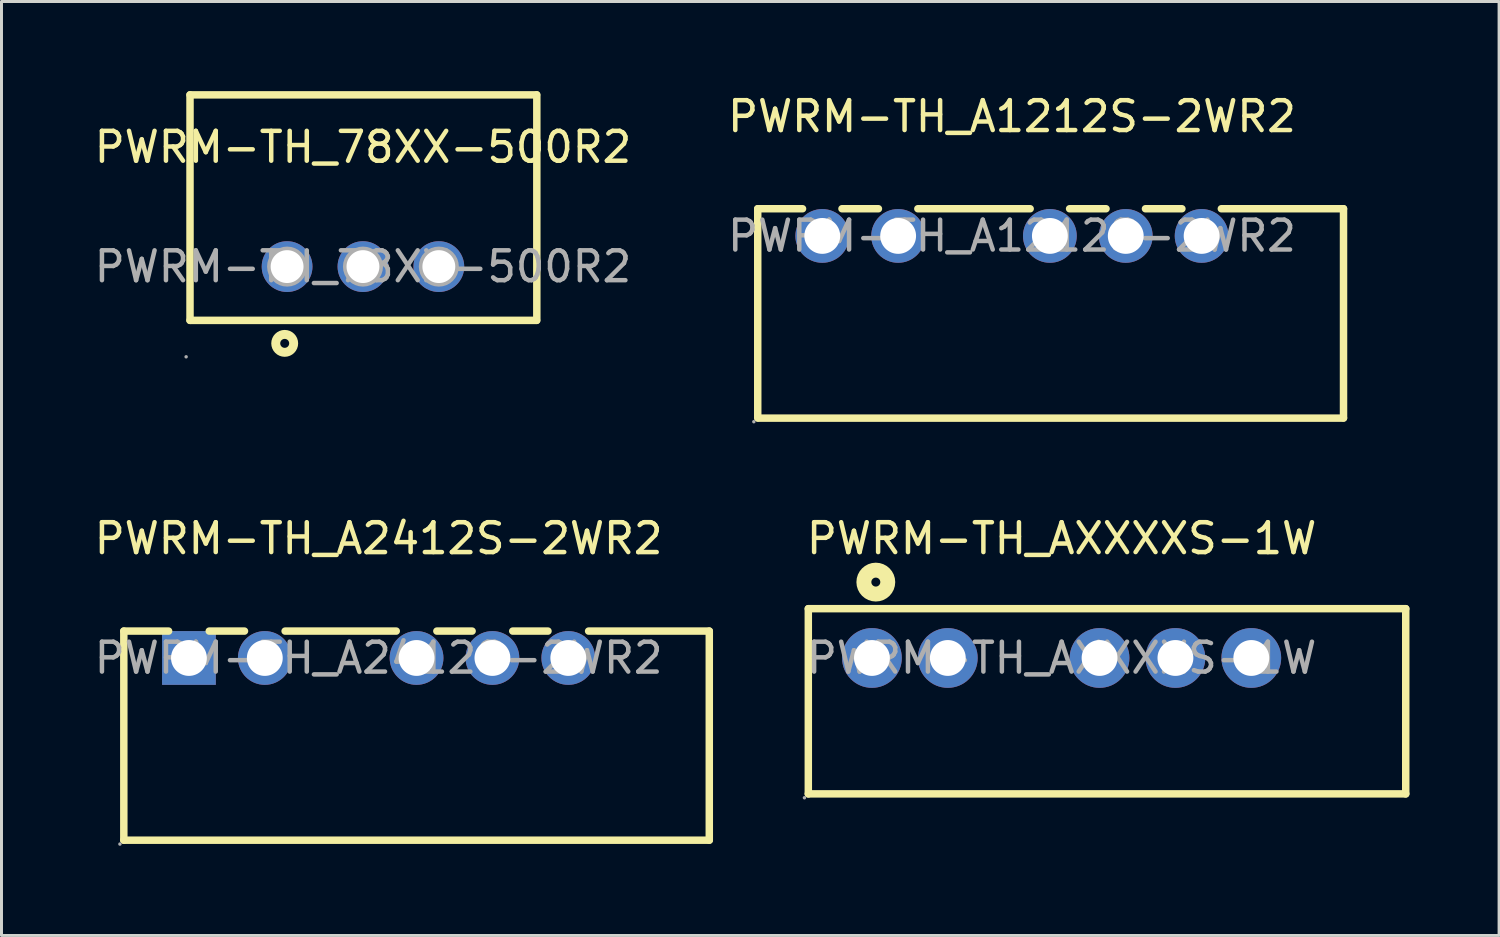
<source format=kicad_pcb>
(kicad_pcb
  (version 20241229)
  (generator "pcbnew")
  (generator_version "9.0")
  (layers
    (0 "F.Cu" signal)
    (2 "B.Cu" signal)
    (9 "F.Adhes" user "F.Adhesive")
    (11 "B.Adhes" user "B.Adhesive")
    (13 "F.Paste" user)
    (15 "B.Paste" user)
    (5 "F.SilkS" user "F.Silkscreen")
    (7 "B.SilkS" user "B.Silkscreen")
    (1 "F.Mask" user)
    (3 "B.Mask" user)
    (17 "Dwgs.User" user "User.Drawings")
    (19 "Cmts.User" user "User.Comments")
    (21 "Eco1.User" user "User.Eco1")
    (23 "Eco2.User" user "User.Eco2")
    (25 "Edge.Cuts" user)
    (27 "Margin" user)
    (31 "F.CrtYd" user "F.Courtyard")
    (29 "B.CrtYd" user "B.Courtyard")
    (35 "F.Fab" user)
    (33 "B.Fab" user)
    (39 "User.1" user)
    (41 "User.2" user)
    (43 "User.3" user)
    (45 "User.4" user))
  (footprint "PWRM-TH_78XX-500R2"
    (layer "F.Cu")
    (at 9.101 5.875)
    (property "Reference" "PWRM-TH_78XX-500R2" (at 0 -4 0) (layer "F.SilkS") (effects (font (size 1 1) (thickness 0.15))))
    (attr through_hole)
    (fp_line (start -5.79 -5.75) (end -5.79 1.8) (stroke (width 0.25) (type solid)) (layer "F.SilkS"))
    (fp_line (start -5.79 -5.75) (end 5.81 -5.75) (stroke (width 0.25) (type solid)) (layer "F.SilkS"))
    (fp_line (start -5.79 1.8) (end 5.81 1.8) (stroke (width 0.25) (type solid)) (layer "F.SilkS"))
    (fp_line (start 5.82 -5.75) (end 5.82 1.8) (stroke (width 0.25) (type solid)) (layer "F.SilkS"))
    (fp_circle (center -2.62 2.57) (end -2.32 2.57) (stroke (width 0.3) (type solid)) (fill no) (layer "F.SilkS"))
    (fp_circle (center -5.92 3.02) (end -5.89 3.02) (stroke (width 0.06) (type solid)) (fill no) (layer "F.Fab"))
    (fp_circle (center -2.54 0) (end -2.32 0) (stroke (width 0.45) (type solid)) (fill no) (layer "F.Fab"))
    (fp_circle (center 0 0) (end 0.22 0) (stroke (width 0.45) (type solid)) (fill no) (layer "F.Fab"))
    (fp_circle (center 2.54 0) (end 2.76 0) (stroke (width 0.45) (type solid)) (fill no) (layer "F.Fab"))
    (fp_text user "${REFERENCE}" (at 0 0 0) (layer "F.Fab") (effects (font (size 1 1) (thickness 0.15))))
    (pad "1" thru_hole circle (at -2.54 0) (size 1.7 1.7) (drill 1.1) (layers "*.Cu" "*.Paste" "*.Mask"))
    (pad "2" thru_hole circle (at 0 0) (size 1.7 1.7) (drill 1.1) (layers "*.Cu" "*.Paste" "*.Mask"))
    (pad "3" thru_hole circle (at 2.54 0) (size 1.7 1.7) (drill 1.1) (layers "*.Cu" "*.Paste" "*.Mask")))
  (footprint "PWRM-TH_A2412S-2WR2"
    (layer "F.Cu")
    (at 9.625 18.977)
    (property "Reference" "PWRM-TH_A2412S-2WR2" (at 0 -4 0) (layer "F.SilkS") (effects (font (size 1 1) (thickness 0.15))))
    (attr through_hole)
    (fp_line (start -8.53 -0.9) (end -8.53 6.1) (stroke (width 0.25) (type solid)) (layer "F.SilkS"))
    (fp_line (start -8.53 -0.9) (end -7.03 -0.9) (stroke (width 0.25) (type solid)) (layer "F.SilkS"))
    (fp_line (start -8.53 6.1) (end 11.07 6.1) (stroke (width 0.25) (type solid)) (layer "F.SilkS"))
    (fp_line (start -5.67 -0.9) (end -4.49 -0.9) (stroke (width 0.25) (type solid)) (layer "F.SilkS"))
    (fp_line (start -3.13 -0.9) (end 0.59 -0.9) (stroke (width 0.25) (type solid)) (layer "F.SilkS"))
    (fp_line (start 1.95 -0.9) (end 3.13 -0.9) (stroke (width 0.25) (type solid)) (layer "F.SilkS"))
    (fp_line (start 4.49 -0.9) (end 5.67 -0.9) (stroke (width 0.25) (type solid)) (layer "F.SilkS"))
    (fp_line (start 7.03 -0.9) (end 11.07 -0.9) (stroke (width 0.25) (type solid)) (layer "F.SilkS"))
    (fp_line (start 11.07 -0.9) (end 11.07 6.1) (stroke (width 0.25) (type solid)) (layer "F.SilkS"))
    (fp_circle (center -8.66 6.23) (end -8.63 6.23) (stroke (width 0.06) (type solid)) (fill no) (layer "F.Fab"))
    (fp_circle (center -6.35 0) (end -6.1 0) (stroke (width 0.5) (type solid)) (fill no) (layer "F.Fab"))
    (fp_circle (center -3.81 0) (end -3.56 0) (stroke (width 0.5) (type solid)) (fill no) (layer "F.Fab"))
    (fp_circle (center 1.27 0) (end 1.52 0) (stroke (width 0.5) (type solid)) (fill no) (layer "F.Fab"))
    (fp_circle (center 3.81 0) (end 4.06 0) (stroke (width 0.5) (type solid)) (fill no) (layer "F.Fab"))
    (fp_circle (center 6.35 0) (end 6.6 0) (stroke (width 0.5) (type solid)) (fill no) (layer "F.Fab"))
    (fp_text user "${REFERENCE}" (at 0 0 0) (layer "F.Fab") (effects (font (size 1 1) (thickness 0.15))))
    (pad "1" thru_hole rect (at -6.35 0) (size 1.8 1.8) (drill 1.2) (layers "*.Cu" "*.Paste" "*.Mask"))
    (pad "2" thru_hole circle (at -3.81 0) (size 1.8 1.8) (drill 1.2) (layers "*.Cu" "*.Paste" "*.Mask"))
    (pad "4" thru_hole circle (at 1.27 0) (size 1.8 1.8) (drill 1.2) (layers "*.Cu" "*.Paste" "*.Mask"))
    (pad "5" thru_hole circle (at 3.81 0) (size 1.8 1.8) (drill 1.2) (layers "*.Cu" "*.Paste" "*.Mask"))
    (pad "6" thru_hole circle (at 6.35 0) (size 1.8 1.8) (drill 1.2) (layers "*.Cu" "*.Paste" "*.Mask")))
  (footprint "PWRM-TH_A1212S-2WR2"
    (layer "F.Cu")
    (at 30.827 4.848)
    (property "Reference" "PWRM-TH_A1212S-2WR2" (at 0 -4 0) (layer "F.SilkS") (effects (font (size 1 1) (thickness 0.15))))
    (attr through_hole)
    (fp_line (start -8.51 -0.91) (end -8.51 6.09) (stroke (width 0.25) (type solid)) (layer "F.SilkS"))
    (fp_line (start -8.5 6.1) (end 11.1 6.1) (stroke (width 0.25) (type solid)) (layer "F.SilkS"))
    (fp_line (start -7.01 -0.91) (end -8.51 -0.91) (stroke (width 0.25) (type solid)) (layer "F.SilkS"))
    (fp_line (start -4.47 -0.91) (end -5.69 -0.91) (stroke (width 0.25) (type solid)) (layer "F.SilkS"))
    (fp_line (start 0.61 -0.91) (end -3.15 -0.91) (stroke (width 0.25) (type solid)) (layer "F.SilkS"))
    (fp_line (start 3.15 -0.91) (end 1.93 -0.91) (stroke (width 0.25) (type solid)) (layer "F.SilkS"))
    (fp_line (start 5.69 -0.91) (end 4.47 -0.91) (stroke (width 0.25) (type solid)) (layer "F.SilkS"))
    (fp_line (start 11.1 -0.91) (end 7.01 -0.91) (stroke (width 0.25) (type solid)) (layer "F.SilkS"))
    (fp_line (start 11.1 -0.91) (end 11.1 6.09) (stroke (width 0.25) (type solid)) (layer "F.SilkS"))
    (fp_circle (center -8.64 6.22) (end -8.61 6.22) (stroke (width 0.06) (type solid)) (fill no) (layer "F.Fab"))
    (fp_circle (center -6.35 0) (end -6.1 0) (stroke (width 0.5) (type solid)) (fill no) (layer "F.Fab"))
    (fp_circle (center -3.81 0) (end -3.56 0) (stroke (width 0.5) (type solid)) (fill no) (layer "F.Fab"))
    (fp_circle (center 1.27 0) (end 1.52 0) (stroke (width 0.5) (type solid)) (fill no) (layer "F.Fab"))
    (fp_circle (center 3.81 0) (end 4.06 0) (stroke (width 0.5) (type solid)) (fill no) (layer "F.Fab"))
    (fp_circle (center 6.35 0) (end 6.6 0) (stroke (width 0.5) (type solid)) (fill no) (layer "F.Fab"))
    (fp_text user "${REFERENCE}" (at 0 0 0) (layer "F.Fab") (effects (font (size 1 1) (thickness 0.15))))
    (pad "1" thru_hole circle (at -6.35 0) (size 1.8 1.8) (drill 1.2) (layers "*.Cu" "*.Paste" "*.Mask"))
    (pad "2" thru_hole circle (at -3.81 0) (size 1.8 1.8) (drill 1.2) (layers "*.Cu" "*.Paste" "*.Mask"))
    (pad "4" thru_hole circle (at 1.27 0) (size 1.8 1.8) (drill 1.2) (layers "*.Cu" "*.Paste" "*.Mask"))
    (pad "5" thru_hole circle (at 3.81 0) (size 1.8 1.8) (drill 1.2) (layers "*.Cu" "*.Paste" "*.Mask"))
    (pad "6" thru_hole circle (at 6.35 0) (size 1.8 1.8) (drill 1.2) (layers "*.Cu" "*.Paste" "*.Mask")))
  (footprint "PWRM-TH_AXXXXS-1W"
    (layer "F.Cu")
    (at 32.49 18.977)
    (property "Reference" "PWRM-TH_AXXXXS-1W" (at 0 -4 0) (layer "F.SilkS") (effects (font (size 1 1) (thickness 0.15))))
    (attr through_hole)
    (fp_line (start -8.48 -1.65) (end -8.48 4.55) (stroke (width 0.25) (type solid)) (layer "F.SilkS"))
    (fp_line (start -8.48 -1.65) (end 11.52 -1.65) (stroke (width 0.25) (type solid)) (layer "F.SilkS"))
    (fp_line (start -8.48 4.55) (end 11.52 4.55) (stroke (width 0.25) (type solid)) (layer "F.SilkS"))
    (fp_line (start 11.52 -1.65) (end 11.52 4.55) (stroke (width 0.25) (type solid)) (layer "F.SilkS"))
    (fp_circle (center -6.22 -2.54) (end -5.82 -2.54) (stroke (width 0.5) (type solid)) (fill no) (layer "F.SilkS"))
    (fp_circle (center -8.61 4.68) (end -8.58 4.68) (stroke (width 0.06) (type solid)) (fill no) (layer "F.Fab"))
    (fp_circle (center -6.35 0) (end -6.1 0) (stroke (width 0.5) (type solid)) (fill no) (layer "F.Fab"))
    (fp_circle (center -3.81 0) (end -3.56 0) (stroke (width 0.5) (type solid)) (fill no) (layer "F.Fab"))
    (fp_circle (center 1.27 0) (end 1.52 0) (stroke (width 0.5) (type solid)) (fill no) (layer "F.Fab"))
    (fp_circle (center 3.81 0) (end 4.06 0) (stroke (width 0.5) (type solid)) (fill no) (layer "F.Fab"))
    (fp_circle (center 6.35 0) (end 6.6 0) (stroke (width 0.5) (type solid)) (fill no) (layer "F.Fab"))
    (fp_text user "${REFERENCE}" (at 0 0 0) (layer "F.Fab") (effects (font (size 1 1) (thickness 0.15))))
    (pad "1" thru_hole circle (at -6.35 0) (size 2 2) (drill 1.2) (layers "*.Cu" "*.Paste" "*.Mask"))
    (pad "2" thru_hole circle (at -3.81 0) (size 2 2) (drill 1.2) (layers "*.Cu" "*.Paste" "*.Mask"))
    (pad "4" thru_hole circle (at 1.27 0) (size 2 2) (drill 1.2) (layers "*.Cu" "*.Paste" "*.Mask"))
    (pad "5" thru_hole circle (at 3.81 0) (size 2 2) (drill 1.2) (layers "*.Cu" "*.Paste" "*.Mask"))
    (pad "6" thru_hole circle (at 6.35 0) (size 2 2) (drill 1.2) (layers "*.Cu" "*.Paste" "*.Mask")))
  (gr_rect
    (start -3 -3)
    (end 47.135 28.267)
    (stroke (width 0.1) (type default))
    (fill no)
    (layer "Edge.Cuts")))
</source>
